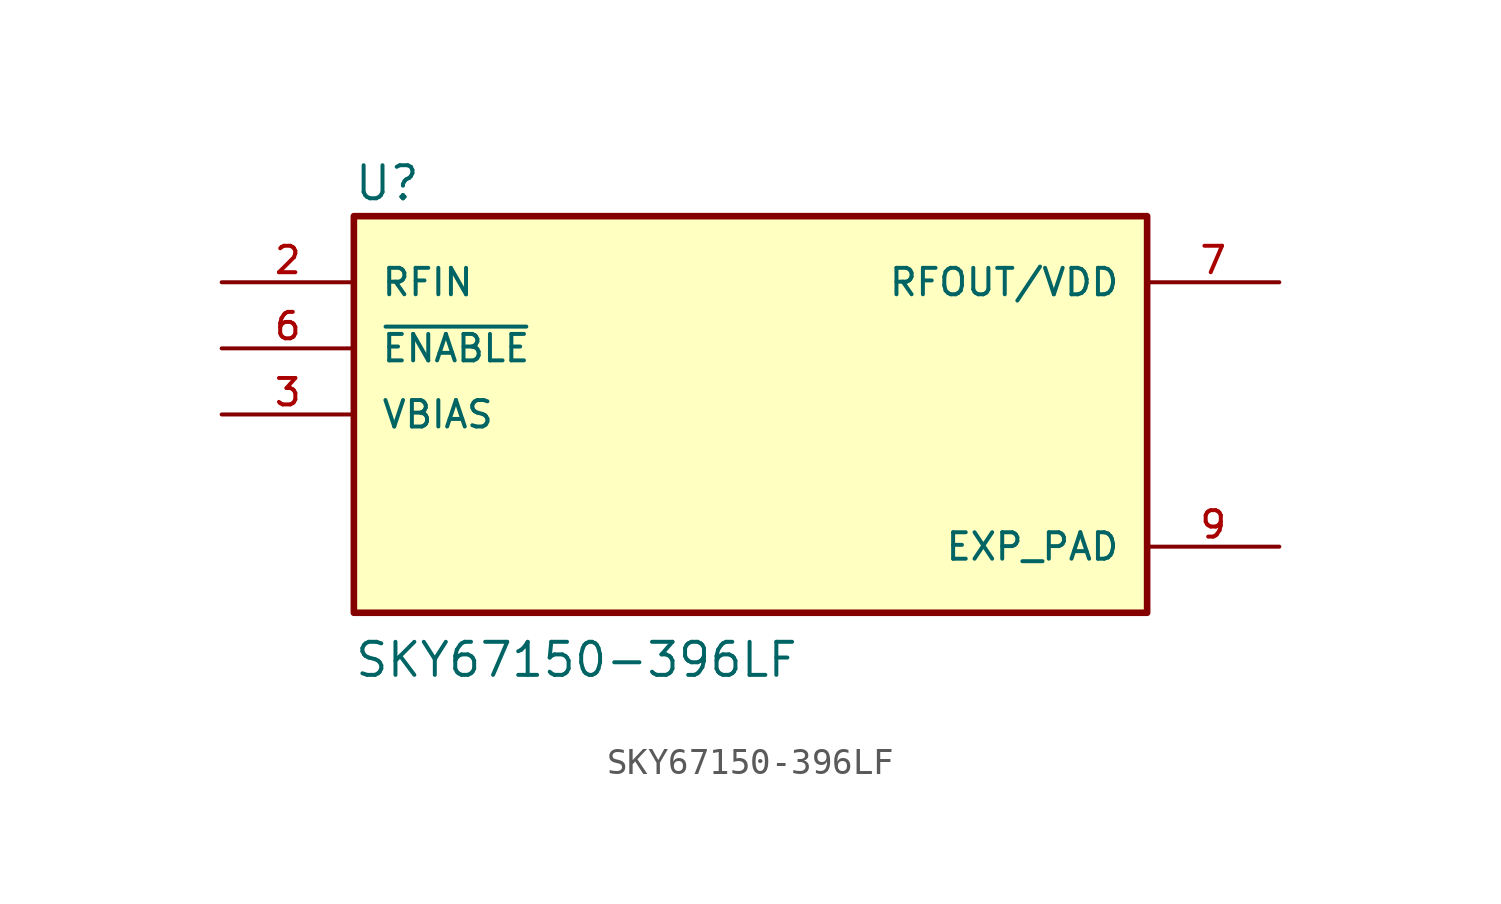
<source format=kicad_sym>
(kicad_symbol_lib
  (version 20211014)
  (generator kicad_symbol_editor)
  (symbol "SKY67150-396LF"
    (pin_names
      (offset 1.016))
    (property "Reference" "U"
      (at -15.268 8.143 0)
      (effects (font (size 1.27 1.27)) (justify bottom left)))
    (property "Value" "SKY67150-396LF"
      (at -15.254 -10.169 0)
      (effects (font (size 1.27 1.27)) (justify bottom left)))
    (symbol "SKY67150-396LF_0_0"
      (rectangle (start -15.24 -7.62) (end 15.24 7.62) (stroke (width 0.254)) (fill (type background)))
      (pin input line (at -20.32 5.08 0) (length 5.08) (name "RFIN" (effects (font (size 1.016 1.016)))) (number "2" (effects (font (size 1.016 1.016)))))
      (pin input line (at -20.32 2.54 0) (length 5.08) (name "~{ENABLE}" (effects (font (size 1.016 1.016)))) (number "6" (effects (font (size 1.016 1.016)))))
      (pin output line (at 20.32 5.08 180.0) (length 5.08) (name "RFOUT/VDD" (effects (font (size 1.016 1.016)))) (number "7" (effects (font (size 1.016 1.016)))))
      (pin input line (at -20.32 0.0 0) (length 5.08) (name "VBIAS" (effects (font (size 1.016 1.016)))) (number "3" (effects (font (size 1.016 1.016)))))
      (pin power_in line (at 20.32 -5.08 180.0) (length 5.08) (name "EXP_PAD" (effects (font (size 1.016 1.016)))) (number "9" (effects (font (size 1.016 1.016))))))))
</source>
